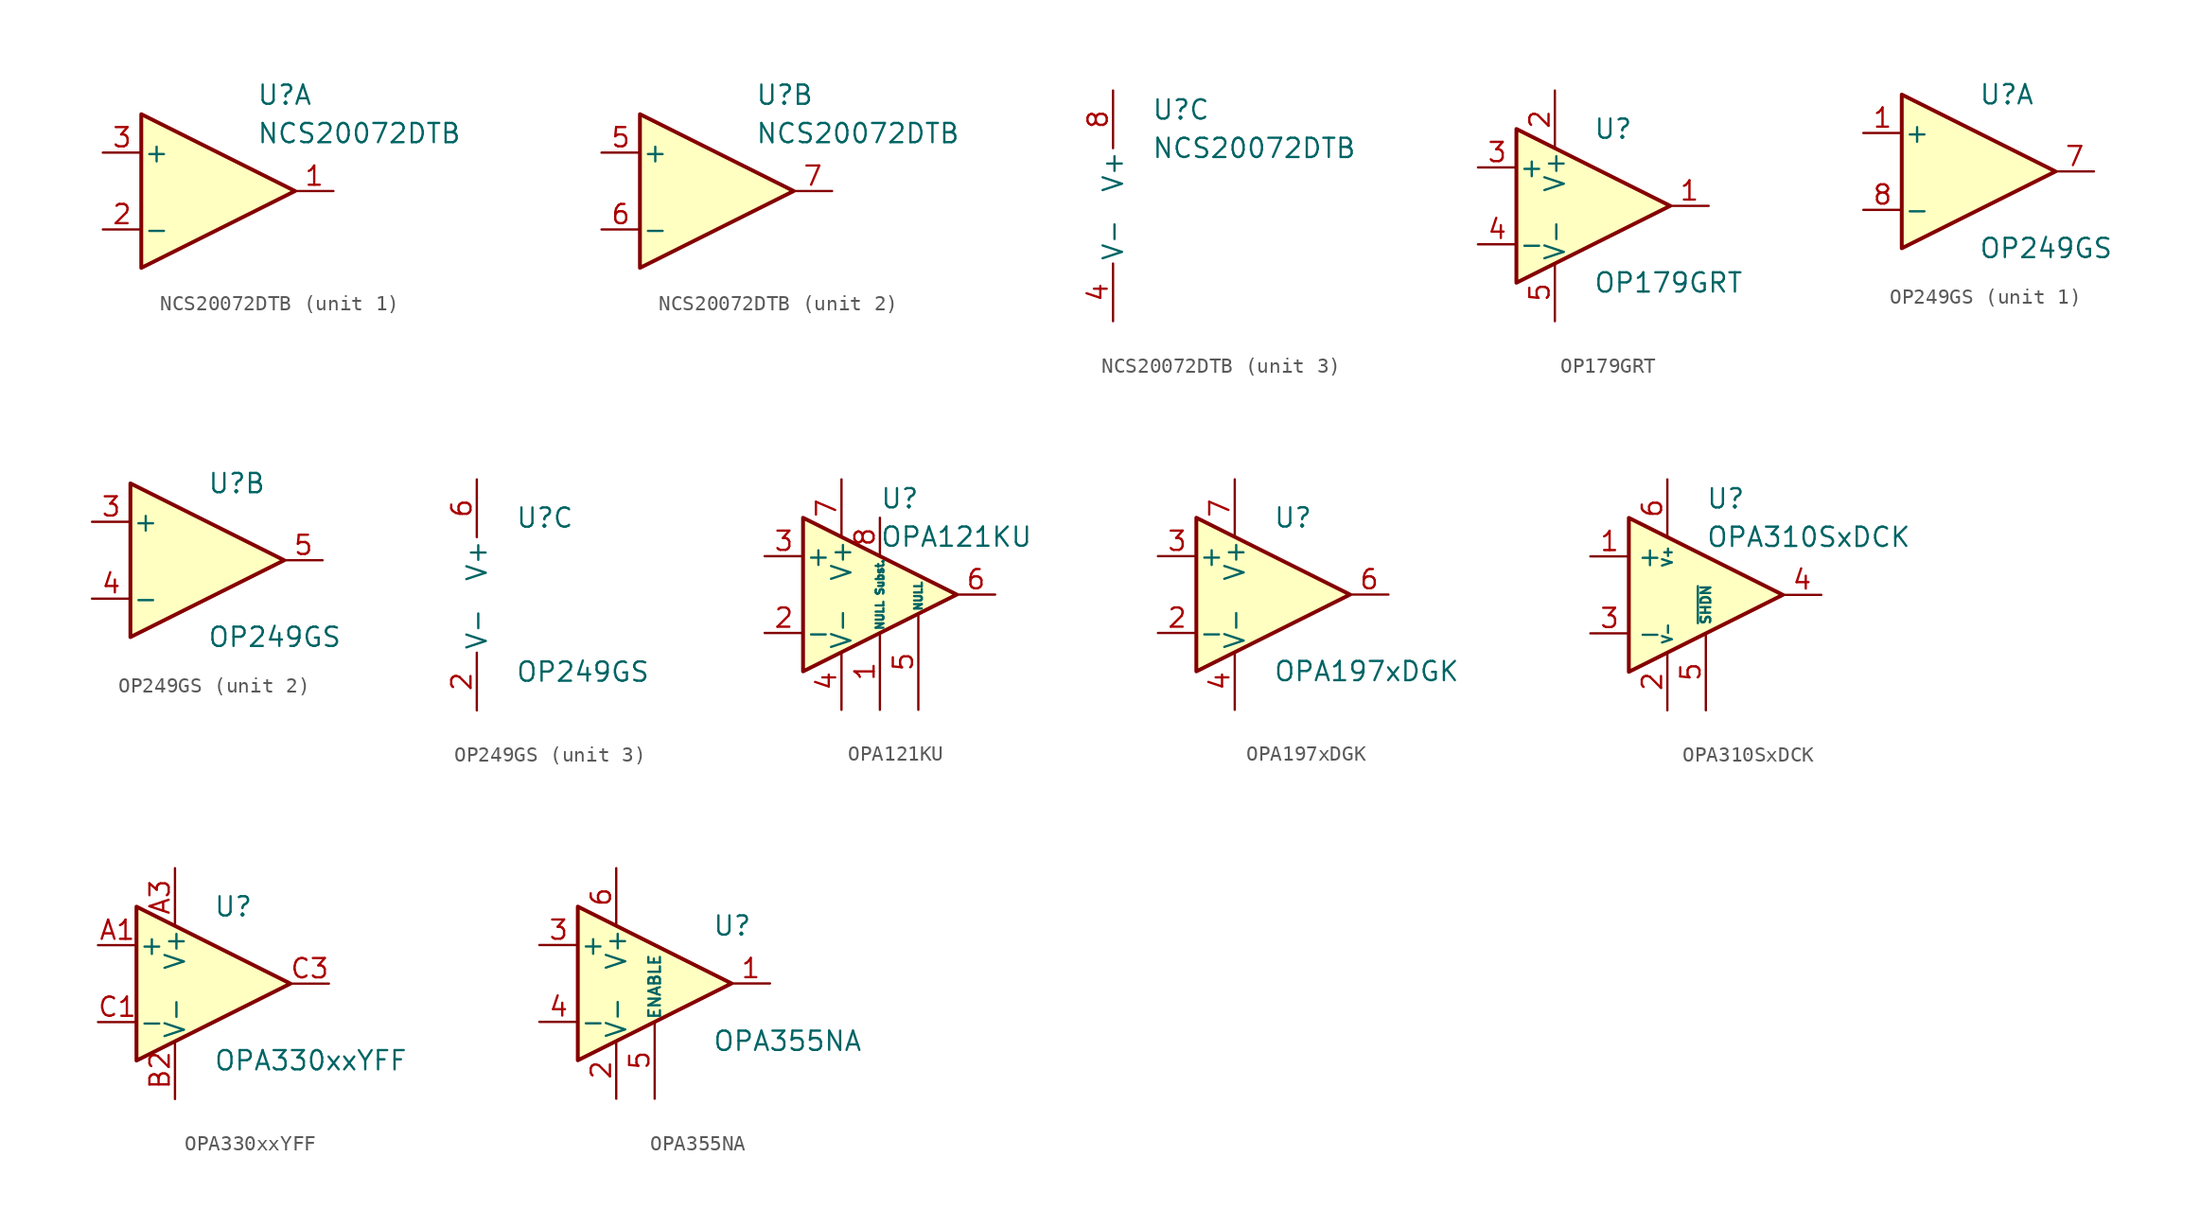
<source format=kicad_sym>
(kicad_symbol_lib
  (version 20241209)
  (generator "kicad_symbol_editor")
  (generator_version "9.0")
  (symbol "NCS20072DTB"
    (pin_names
      (offset 0.127))
    (property "Reference" "U"
      (at 2.54 6.35 0)
      (effects (font (size 1.27 1.27)) (justify left)))
    (property "Value" "NCS20072DTB"
      (at 2.54 3.81 0)
      (effects (font (size 1.27 1.27)) (justify left)))
    (property "ki_locked" ""
      (at 0 0 0)
      (effects (font (size 1.27 1.27))))
    (symbol "NCS20072DTB_1_1"
      (polyline (pts (xy 5.08 0) (xy -5.08 5.08) (xy -5.08 -5.08) (xy 5.08 0)) (stroke (width 0.254) (type default)) (fill (type background)))
      (pin input line (at -7.62 2.54 0) (length 2.54) (name "+" (effects (font (size 1.27 1.27)))) (number "3" (effects (font (size 1.27 1.27)))))
      (pin input line (at -7.62 -2.54 0) (length 2.54) (name "-" (effects (font (size 1.27 1.27)))) (number "2" (effects (font (size 1.27 1.27)))))
      (pin output line (at 7.62 0 180) (length 2.54) (name "~" (effects (font (size 1.27 1.27)))) (number "1" (effects (font (size 1.27 1.27))))))
    (symbol "NCS20072DTB_2_1"
      (polyline (pts (xy 5.08 0) (xy -5.08 5.08) (xy -5.08 -5.08) (xy 5.08 0)) (stroke (width 0.254) (type default)) (fill (type background)))
      (pin input line (at -7.62 2.54 0) (length 2.54) (name "+" (effects (font (size 1.27 1.27)))) (number "5" (effects (font (size 1.27 1.27)))))
      (pin input line (at -7.62 -2.54 0) (length 2.54) (name "-" (effects (font (size 1.27 1.27)))) (number "6" (effects (font (size 1.27 1.27)))))
      (pin output line (at 7.62 0 180) (length 2.54) (name "~" (effects (font (size 1.27 1.27)))) (number "7" (effects (font (size 1.27 1.27))))))
    (symbol "NCS20072DTB_3_1"
      (pin power_in line (at 0 7.62 270) (length 3.81) (name "V+" (effects (font (size 1.27 1.27)))) (number "8" (effects (font (size 1.27 1.27)))))
      (pin power_in line (at 0 -7.62 90) (length 3.81) (name "V-" (effects (font (size 1.27 1.27)))) (number "4" (effects (font (size 1.27 1.27)))))))
  (symbol "OP179GRT"
    (pin_names
      (offset 0.127))
    (property "Reference" "U"
      (at 0 5.08 0)
      (effects (font (size 1.27 1.27)) (justify left)))
    (property "Value" "OP179GRT"
      (at 0 -5.08 0)
      (effects (font (size 1.27 1.27)) (justify left)))
    (symbol "OP179GRT_0_1"
      (polyline (pts (xy -5.08 5.08) (xy 5.08 0) (xy -5.08 -5.08) (xy -5.08 5.08)) (stroke (width 0.254) (type default)) (fill (type background)))
      (pin power_in line (at -2.54 7.62 270) (length 3.81) (name "V+" (effects (font (size 1.27 1.27)))) (number "2" (effects (font (size 1.27 1.27)))))
      (pin power_in line (at -2.54 -7.62 90) (length 3.81) (name "V-" (effects (font (size 1.27 1.27)))) (number "5" (effects (font (size 1.27 1.27))))))
    (symbol "OP179GRT_1_1"
      (pin input line (at -7.62 2.54 0) (length 2.54) (name "+" (effects (font (size 1.27 1.27)))) (number "3" (effects (font (size 1.27 1.27)))))
      (pin input line (at -7.62 -2.54 0) (length 2.54) (name "-" (effects (font (size 1.27 1.27)))) (number "4" (effects (font (size 1.27 1.27)))))
      (pin output line (at 7.62 0 180) (length 2.54) (name "~" (effects (font (size 1.27 1.27)))) (number "1" (effects (font (size 1.27 1.27)))))))
  (symbol "OP249GS"
    (pin_names
      (offset 0.127))
    (property "Reference" "U"
      (at 0 5.08 0)
      (effects (font (size 1.27 1.27)) (justify left)))
    (property "Value" "OP249GS"
      (at 0 -5.08 0)
      (effects (font (size 1.27 1.27)) (justify left)))
    (property "ki_locked" ""
      (at 0 0 0)
      (effects (font (size 1.27 1.27))))
    (symbol "OP249GS_1_1"
      (polyline (pts (xy -5.08 5.08) (xy 5.08 0) (xy -5.08 -5.08) (xy -5.08 5.08)) (stroke (width 0.254) (type default)) (fill (type background)))
      (pin input line (at -7.62 2.54 0) (length 2.54) (name "+" (effects (font (size 1.27 1.27)))) (number "1" (effects (font (size 1.27 1.27)))))
      (pin input line (at -7.62 -2.54 0) (length 2.54) (name "-" (effects (font (size 1.27 1.27)))) (number "8" (effects (font (size 1.27 1.27)))))
      (pin output line (at 7.62 0 180) (length 2.54) (name "~" (effects (font (size 1.27 1.27)))) (number "7" (effects (font (size 1.27 1.27))))))
    (symbol "OP249GS_2_1"
      (polyline (pts (xy -5.08 5.08) (xy 5.08 0) (xy -5.08 -5.08) (xy -5.08 5.08)) (stroke (width 0.254) (type default)) (fill (type background)))
      (pin input line (at -7.62 2.54 0) (length 2.54) (name "+" (effects (font (size 1.27 1.27)))) (number "3" (effects (font (size 1.27 1.27)))))
      (pin input line (at -7.62 -2.54 0) (length 2.54) (name "-" (effects (font (size 1.27 1.27)))) (number "4" (effects (font (size 1.27 1.27)))))
      (pin output line (at 7.62 0 180) (length 2.54) (name "~" (effects (font (size 1.27 1.27)))) (number "5" (effects (font (size 1.27 1.27))))))
    (symbol "OP249GS_3_1"
      (pin power_in line (at -2.54 7.62 270) (length 3.81) (name "V+" (effects (font (size 1.27 1.27)))) (number "6" (effects (font (size 1.27 1.27)))))
      (pin power_in line (at -2.54 -7.62 90) (length 3.81) (name "V-" (effects (font (size 1.27 1.27)))) (number "2" (effects (font (size 1.27 1.27)))))))
  (symbol "OPA121KU"
    (pin_names
      (offset 0.127))
    (property "Reference" "U"
      (at 0 6.35 0)
      (effects (font (size 1.27 1.27)) (justify left)))
    (property "Value" "OPA121KU"
      (at 0 3.81 0)
      (effects (font (size 1.27 1.27)) (justify left)))
    (symbol "OPA121KU_0_1"
      (polyline (pts (xy -5.08 5.08) (xy 5.08 0) (xy -5.08 -5.08) (xy -5.08 5.08)) (stroke (width 0.254) (type default)) (fill (type background))))
    (symbol "OPA121KU_1_1"
      (pin input line (at -7.62 2.54 0) (length 2.54) (name "+" (effects (font (size 1.27 1.27)))) (number "3" (effects (font (size 1.27 1.27)))))
      (pin input line (at -7.62 -2.54 0) (length 2.54) (name "-" (effects (font (size 1.27 1.27)))) (number "2" (effects (font (size 1.27 1.27)))))
      (pin power_in line (at -2.54 7.62 270) (length 3.81) (name "V+" (effects (font (size 1.27 1.27)))) (number "7" (effects (font (size 1.27 1.27)))))
      (pin power_in line (at -2.54 -7.62 90) (length 3.81) (name "V-" (effects (font (size 1.27 1.27)))) (number "4" (effects (font (size 1.27 1.27)))))
      (pin passive line (at 0 5.08 270) (length 2.54) (name "Subst." (effects (font (size 0.508 0.508)))) (number "8" (effects (font (size 1.27 1.27)))))
      (pin input line (at 0 -7.62 90) (length 5.08) (name "NULL" (effects (font (size 0.508 0.508)))) (number "1" (effects (font (size 1.27 1.27)))))
      (pin input line (at 2.54 -7.62 90) (length 6.35) (name "NULL" (effects (font (size 0.508 0.508)))) (number "5" (effects (font (size 1.27 1.27)))))
      (pin output line (at 7.62 0 180) (length 2.54) (name "~" (effects (font (size 1.27 1.27)))) (number "6" (effects (font (size 1.27 1.27)))))))
  (symbol "OPA197xDGK"
    (pin_names
      (offset 0.127))
    (property "Reference" "U"
      (at 0 5.08 0)
      (effects (font (size 1.27 1.27)) (justify left)))
    (property "Value" "OPA197xDGK"
      (at 0 -5.08 0)
      (effects (font (size 1.27 1.27)) (justify left)))
    (symbol "OPA197xDGK_0_1"
      (polyline (pts (xy -5.08 5.08) (xy 5.08 0) (xy -5.08 -5.08) (xy -5.08 5.08)) (stroke (width 0.254) (type default)) (fill (type background)))
      (pin power_in line (at -2.54 7.62 270) (length 3.81) (name "V+" (effects (font (size 1.27 1.27)))) (number "7" (effects (font (size 1.27 1.27)))))
      (pin power_in line (at -2.54 -7.62 90) (length 3.81) (name "V-" (effects (font (size 1.27 1.27)))) (number "4" (effects (font (size 1.27 1.27)))))
      (pin no_connect line (at 0 2.54 270) (length 2.54) (hide yes) (name "NC" (effects (font (size 1.27 1.27)))) (number "5" (effects (font (size 1.27 1.27)))))
      (pin no_connect line (at 0 -2.54 90) (length 2.54) (hide yes) (name "NC" (effects (font (size 1.27 1.27)))) (number "8" (effects (font (size 1.27 1.27)))))
      (pin no_connect line (at 2.54 0 270) (length 2.54) (hide yes) (name "NC" (effects (font (size 1.27 1.27)))) (number "1" (effects (font (size 1.27 1.27))))))
    (symbol "OPA197xDGK_1_1"
      (pin input line (at -7.62 2.54 0) (length 2.54) (name "+" (effects (font (size 1.27 1.27)))) (number "3" (effects (font (size 1.27 1.27)))))
      (pin input line (at -7.62 -2.54 0) (length 2.54) (name "-" (effects (font (size 1.27 1.27)))) (number "2" (effects (font (size 1.27 1.27)))))
      (pin output line (at 7.62 0 180) (length 2.54) (name "~" (effects (font (size 1.27 1.27)))) (number "6" (effects (font (size 1.27 1.27)))))))
  (symbol "OPA310SxDCK"
    (property "Reference" "U"
      (at 0 6.35 0)
      (effects (font (size 1.27 1.27)) (justify left)))
    (property "Value" "OPA310SxDCK"
      (at 0 3.81 0)
      (effects (font (size 1.27 1.27)) (justify left)))
    (symbol "OPA310SxDCK_0_1"
      (polyline (pts (xy 5.08 0) (xy -5.08 5.08) (xy -5.08 -5.08) (xy 5.08 0)) (stroke (width 0.254) (type default)) (fill (type background))))
    (symbol "OPA310SxDCK_1_1"
      (pin input line (at -7.62 2.54 0) (length 2.54) (name "+" (effects (font (size 1.27 1.27)))) (number "1" (effects (font (size 1.27 1.27)))))
      (pin input line (at -7.62 -2.54 0) (length 2.54) (name "-" (effects (font (size 1.27 1.27)))) (number "3" (effects (font (size 1.27 1.27)))))
      (pin power_in line (at -2.54 7.62 270) (length 3.81) (name "V+" (effects (font (size 0.635 0.635)))) (number "6" (effects (font (size 1.27 1.27)))))
      (pin power_in line (at -2.54 -7.62 90) (length 3.81) (name "V-" (effects (font (size 0.635 0.635)))) (number "2" (effects (font (size 1.27 1.27)))))
      (pin input line (at 0 -7.62 90) (length 5.08) (name "~{SHDN}" (effects (font (size 0.635 0.635)))) (number "5" (effects (font (size 1.27 1.27)))))
      (pin output line (at 7.62 0 180) (length 2.54) (name "~" (effects (font (size 1.27 1.27)))) (number "4" (effects (font (size 1.27 1.27)))))))
  (symbol "OPA330xxYFF"
    (pin_names
      (offset 0.127))
    (property "Reference" "U"
      (at 0 5.08 0)
      (effects (font (size 1.27 1.27)) (justify left)))
    (property "Value" "OPA330xxYFF"
      (at 0 -5.08 0)
      (effects (font (size 1.27 1.27)) (justify left)))
    (symbol "OPA330xxYFF_0_1"
      (polyline (pts (xy -5.08 5.08) (xy 5.08 0) (xy -5.08 -5.08) (xy -5.08 5.08)) (stroke (width 0.254) (type default)) (fill (type background)))
      (pin power_in line (at -2.54 7.62 270) (length 3.81) (name "V+" (effects (font (size 1.27 1.27)))) (number "A3" (effects (font (size 1.27 1.27)))))
      (pin power_in line (at -2.54 -7.62 90) (length 3.81) (name "V-" (effects (font (size 1.27 1.27)))) (number "B2" (effects (font (size 1.27 1.27))))))
    (symbol "OPA330xxYFF_1_1"
      (pin input line (at -7.62 2.54 0) (length 2.54) (name "+" (effects (font (size 1.27 1.27)))) (number "A1" (effects (font (size 1.27 1.27)))))
      (pin input line (at -7.62 -2.54 0) (length 2.54) (name "-" (effects (font (size 1.27 1.27)))) (number "C1" (effects (font (size 1.27 1.27)))))
      (pin output line (at 7.62 0 180) (length 2.54) (name "~" (effects (font (size 1.27 1.27)))) (number "C3" (effects (font (size 1.27 1.27)))))))
  (symbol "OPA355NA"
    (pin_names
      (offset 0.127))
    (property "Reference" "U"
      (at 3.81 3.81 0)
      (effects (font (size 1.27 1.27)) (justify left)))
    (property "Value" "OPA355NA"
      (at 3.81 -3.81 0)
      (effects (font (size 1.27 1.27)) (justify left)))
    (symbol "OPA355NA_0_1"
      (polyline (pts (xy -5.08 5.08) (xy 5.08 0) (xy -5.08 -5.08) (xy -5.08 5.08)) (stroke (width 0.254) (type default)) (fill (type background))))
    (symbol "OPA355NA_1_1"
      (pin input line (at -7.62 2.54 0) (length 2.54) (name "+" (effects (font (size 1.27 1.27)))) (number "3" (effects (font (size 1.27 1.27)))))
      (pin input line (at -7.62 -2.54 0) (length 2.54) (name "-" (effects (font (size 1.27 1.27)))) (number "4" (effects (font (size 1.27 1.27)))))
      (pin power_in line (at -2.54 7.62 270) (length 3.81) (name "V+" (effects (font (size 1.27 1.27)))) (number "6" (effects (font (size 1.27 1.27)))))
      (pin power_in line (at -2.54 -7.62 90) (length 3.81) (name "V-" (effects (font (size 1.27 1.27)))) (number "2" (effects (font (size 1.27 1.27)))))
      (pin input line (at 0 -7.62 90) (length 5.08) (name "ENABLE" (effects (font (size 0.762 0.762)))) (number "5" (effects (font (size 1.27 1.27)))))
      (pin output line (at 7.62 0 180) (length 2.54) (name "~" (effects (font (size 1.27 1.27)))) (number "1" (effects (font (size 1.27 1.27))))))))
</source>
